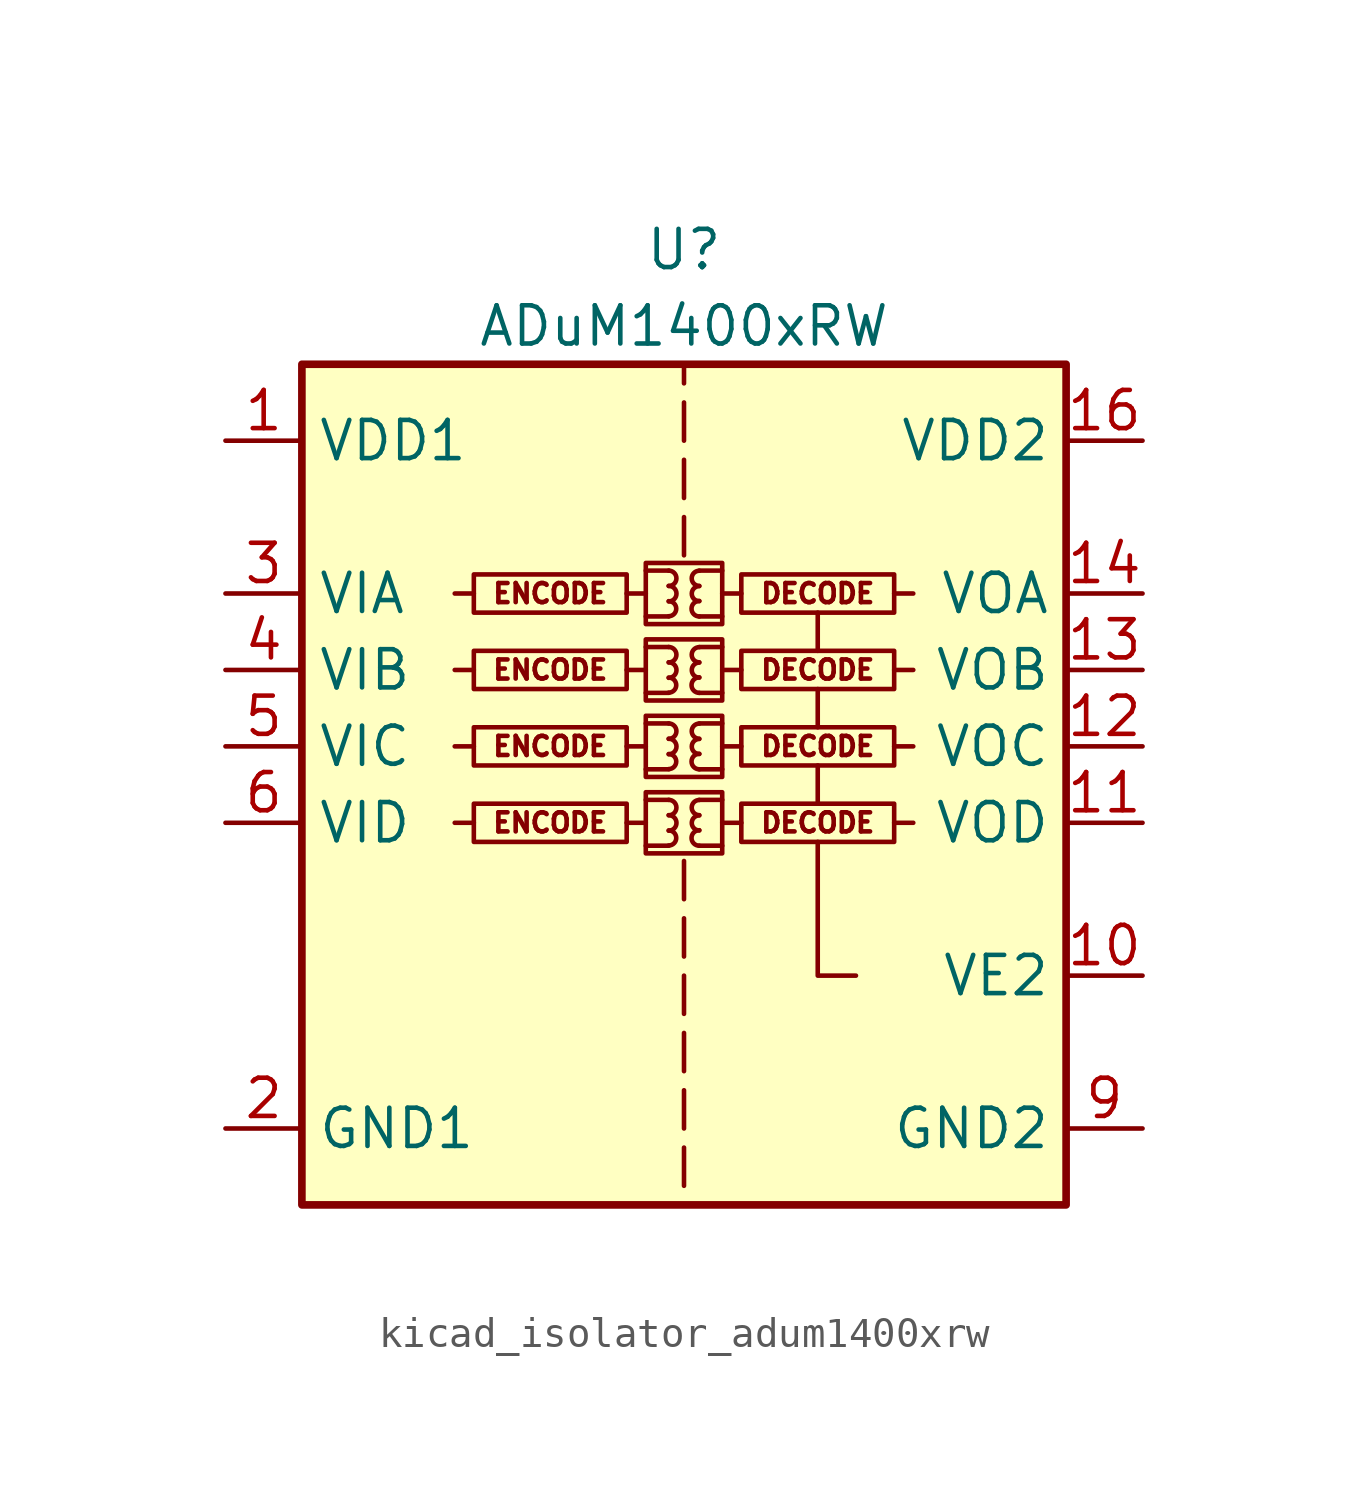
<source format=kicad_sym>
(kicad_symbol_lib
  (version 20220914)
  (generator kicad_symbol_editor)
  (symbol "kicad_isolator_adum1400xrw"
    (property "Reference" "U"
      (at 0 19.05 0)
      (effects (font (size 1.27 1.27))))
    (property "Value" "ADuM1400xRW"
      (at 0 16.51 0)
      (effects (font (size 1.27 1.27))))
    (symbol "kicad_isolator_adum1400xrw_0_0"
      (rectangle (start -1.905 0.635) (end -6.985 -0.635) (stroke (width 0) (type default)) (fill (type none)))
      (rectangle (start -1.27 1.016) (end 1.27 -1.016) (stroke (width 0) (type default)) (fill (type none)))
      (rectangle (start -1.27 3.556) (end 1.27 1.524) (stroke (width 0) (type default)) (fill (type none)))
      (rectangle (start -1.27 6.096) (end 1.27 4.064) (stroke (width 0) (type default)) (fill (type none)))
      (rectangle (start -1.27 8.636) (end 1.27 6.604) (stroke (width 0) (type default)) (fill (type none)))
      (arc (start -0.508 -0.762) (mid -0.2551 -0.508) (end -0.508 -0.254) (stroke (width 0) (type default)) (fill (type none)))
      (arc (start -0.508 -0.254) (mid -0.2551 0) (end -0.508 0.254) (stroke (width 0) (type default)) (fill (type none)))
      (arc (start -0.508 0.254) (mid -0.2551 0.508) (end -0.508 0.762) (stroke (width 0) (type default)) (fill (type none)))
      (arc (start -0.508 1.778) (mid -0.2551 2.032) (end -0.508 2.286) (stroke (width 0) (type default)) (fill (type none)))
      (arc (start -0.508 2.286) (mid -0.2551 2.54) (end -0.508 2.794) (stroke (width 0) (type default)) (fill (type none)))
      (arc (start -0.508 2.794) (mid -0.2551 3.048) (end -0.508 3.302) (stroke (width 0) (type default)) (fill (type none)))
      (arc (start -0.508 4.318) (mid -0.2551 4.572) (end -0.508 4.826) (stroke (width 0) (type default)) (fill (type none)))
      (arc (start -0.508 4.826) (mid -0.2551 5.08) (end -0.508 5.334) (stroke (width 0) (type default)) (fill (type none)))
      (arc (start -0.508 5.334) (mid -0.2551 5.588) (end -0.508 5.842) (stroke (width 0) (type default)) (fill (type none)))
      (arc (start -0.508 6.858) (mid -0.2551 7.112) (end -0.508 7.366) (stroke (width 0) (type default)) (fill (type none)))
      (arc (start -0.508 7.366) (mid -0.2551 7.62) (end -0.508 7.874) (stroke (width 0) (type default)) (fill (type none)))
      (arc (start -0.508 7.874) (mid -0.2551 8.128) (end -0.508 8.382) (stroke (width 0) (type default)) (fill (type none)))
      (polyline (pts (xy -6.985 0) (xy -7.62 0)) (stroke (width 0) (type default)) (fill (type none)))
      (polyline (pts (xy -6.985 2.54) (xy -7.62 2.54)) (stroke (width 0) (type default)) (fill (type none)))
      (polyline (pts (xy -6.985 5.08) (xy -7.62 5.08)) (stroke (width 0) (type default)) (fill (type none)))
      (polyline (pts (xy -6.985 7.62) (xy -7.62 7.62)) (stroke (width 0) (type default)) (fill (type none)))
      (polyline (pts (xy -1.905 0) (xy -1.27 0)) (stroke (width 0) (type default)) (fill (type none)))
      (polyline (pts (xy -1.905 2.54) (xy -1.27 2.54)) (stroke (width 0) (type default)) (fill (type none)))
      (polyline (pts (xy -1.905 5.08) (xy -1.27 5.08)) (stroke (width 0) (type default)) (fill (type none)))
      (polyline (pts (xy -1.905 7.62) (xy -1.27 7.62)) (stroke (width 0) (type default)) (fill (type none)))
      (polyline (pts (xy -1.27 -0.762) (xy -0.508 -0.762)) (stroke (width 0) (type default)) (fill (type none)))
      (polyline (pts (xy -1.27 0.762) (xy -0.508 0.762)) (stroke (width 0) (type default)) (fill (type none)))
      (polyline (pts (xy -1.27 1.778) (xy -0.508 1.778)) (stroke (width 0) (type default)) (fill (type none)))
      (polyline (pts (xy -1.27 3.302) (xy -0.508 3.302)) (stroke (width 0) (type default)) (fill (type none)))
      (polyline (pts (xy -1.27 4.318) (xy -0.508 4.318)) (stroke (width 0) (type default)) (fill (type none)))
      (polyline (pts (xy -1.27 5.842) (xy -0.508 5.842)) (stroke (width 0) (type default)) (fill (type none)))
      (polyline (pts (xy -1.27 6.858) (xy -0.508 6.858)) (stroke (width 0) (type default)) (fill (type none)))
      (polyline (pts (xy -1.27 8.382) (xy -0.508 8.382)) (stroke (width 0) (type default)) (fill (type none)))
      (polyline (pts (xy 0 -10.795) (xy 0 -12.065)) (stroke (width 0) (type default)) (fill (type none)))
      (polyline (pts (xy 0 -8.89) (xy 0 -10.16)) (stroke (width 0) (type default)) (fill (type none)))
      (polyline (pts (xy 0 -6.985) (xy 0 -8.255)) (stroke (width 0) (type default)) (fill (type none)))
      (polyline (pts (xy 0 -5.08) (xy 0 -6.35)) (stroke (width 0) (type default)) (fill (type none)))
      (polyline (pts (xy 0 -3.175) (xy 0 -4.445)) (stroke (width 0) (type default)) (fill (type none)))
      (polyline (pts (xy 0 -1.27) (xy 0 -2.54)) (stroke (width 0) (type default)) (fill (type none)))
      (polyline (pts (xy 0 8.89) (xy 0 10.16)) (stroke (width 0) (type default)) (fill (type none)))
      (polyline (pts (xy 0 10.795) (xy 0 12.065)) (stroke (width 0) (type default)) (fill (type none)))
      (polyline (pts (xy 0 12.7) (xy 0 13.97)) (stroke (width 0) (type default)) (fill (type none)))
      (polyline (pts (xy 0 15.24) (xy 0 14.605)) (stroke (width 0) (type default)) (fill (type none)))
      (polyline (pts (xy 1.27 -0.762) (xy 0.508 -0.762)) (stroke (width 0) (type default)) (fill (type none)))
      (polyline (pts (xy 1.27 0.762) (xy 0.508 0.762)) (stroke (width 0) (type default)) (fill (type none)))
      (polyline (pts (xy 1.27 1.778) (xy 0.508 1.778)) (stroke (width 0) (type default)) (fill (type none)))
      (polyline (pts (xy 1.27 3.302) (xy 0.508 3.302)) (stroke (width 0) (type default)) (fill (type none)))
      (polyline (pts (xy 1.27 4.318) (xy 0.508 4.318)) (stroke (width 0) (type default)) (fill (type none)))
      (polyline (pts (xy 1.27 5.842) (xy 0.508 5.842)) (stroke (width 0) (type default)) (fill (type none)))
      (polyline (pts (xy 1.27 6.858) (xy 0.508 6.858)) (stroke (width 0) (type default)) (fill (type none)))
      (polyline (pts (xy 1.27 8.382) (xy 0.508 8.382)) (stroke (width 0) (type default)) (fill (type none)))
      (polyline (pts (xy 1.905 0) (xy 1.27 0)) (stroke (width 0) (type default)) (fill (type none)))
      (polyline (pts (xy 1.905 2.54) (xy 1.27 2.54)) (stroke (width 0) (type default)) (fill (type none)))
      (polyline (pts (xy 1.905 5.08) (xy 1.27 5.08)) (stroke (width 0) (type default)) (fill (type none)))
      (polyline (pts (xy 1.905 7.62) (xy 1.27 7.62)) (stroke (width 0) (type default)) (fill (type none)))
      (polyline (pts (xy 4.445 0.635) (xy 4.445 1.905)) (stroke (width 0) (type default)) (fill (type none)))
      (polyline (pts (xy 4.445 3.175) (xy 4.445 4.445)) (stroke (width 0) (type default)) (fill (type none)))
      (polyline (pts (xy 4.445 5.715) (xy 4.445 6.985)) (stroke (width 0) (type default)) (fill (type none)))
      (polyline (pts (xy 6.985 0) (xy 7.62 0)) (stroke (width 0) (type default)) (fill (type none)))
      (polyline (pts (xy 6.985 2.54) (xy 7.62 2.54)) (stroke (width 0) (type default)) (fill (type none)))
      (polyline (pts (xy 6.985 5.08) (xy 7.62 5.08)) (stroke (width 0) (type default)) (fill (type none)))
      (polyline (pts (xy 6.985 7.62) (xy 7.62 7.62)) (stroke (width 0) (type default)) (fill (type none)))
      (polyline (pts (xy 5.715 -5.08) (xy 4.445 -5.08) (xy 4.445 -0.635)) (stroke (width 0) (type default)) (fill (type none)))
      (arc (start 0.508 -0.254) (mid 0.2551 -0.508) (end 0.508 -0.762) (stroke (width 0) (type default)) (fill (type none)))
      (arc (start 0.508 0.254) (mid 0.2551 0) (end 0.508 -0.254) (stroke (width 0) (type default)) (fill (type none)))
      (arc (start 0.508 0.762) (mid 0.2551 0.508) (end 0.508 0.254) (stroke (width 0) (type default)) (fill (type none)))
      (arc (start 0.508 2.286) (mid 0.2551 2.032) (end 0.508 1.778) (stroke (width 0) (type default)) (fill (type none)))
      (arc (start 0.508 2.794) (mid 0.2551 2.54) (end 0.508 2.286) (stroke (width 0) (type default)) (fill (type none)))
      (arc (start 0.508 3.302) (mid 0.2551 3.048) (end 0.508 2.794) (stroke (width 0) (type default)) (fill (type none)))
      (arc (start 0.508 4.826) (mid 0.2551 4.572) (end 0.508 4.318) (stroke (width 0) (type default)) (fill (type none)))
      (arc (start 0.508 5.334) (mid 0.2551 5.08) (end 0.508 4.826) (stroke (width 0) (type default)) (fill (type none)))
      (arc (start 0.508 5.842) (mid 0.2551 5.588) (end 0.508 5.334) (stroke (width 0) (type default)) (fill (type none)))
      (arc (start 0.508 7.366) (mid 0.2551 7.112) (end 0.508 6.858) (stroke (width 0) (type default)) (fill (type none)))
      (arc (start 0.508 7.874) (mid 0.2551 7.62) (end 0.508 7.366) (stroke (width 0) (type default)) (fill (type none)))
      (arc (start 0.508 8.382) (mid 0.2551 8.128) (end 0.508 7.874) (stroke (width 0) (type default)) (fill (type none)))
      (rectangle (start 1.905 0.635) (end 6.985 -0.635) (stroke (width 0) (type default)) (fill (type none)))
      (rectangle (start 1.905 3.175) (end 6.985 1.905) (stroke (width 0) (type default)) (fill (type none)))
      (rectangle (start 1.905 5.715) (end 6.985 4.445) (stroke (width 0) (type default)) (fill (type none)))
      (rectangle (start 1.905 8.255) (end 6.985 6.985) (stroke (width 0) (type default)) (fill (type none)))
      (text "DECODE" (at 4.445 0 0) (effects (font (size 0.635 0.635))))
      (text "DECODE" (at 4.445 2.54 0) (effects (font (size 0.635 0.635))))
      (text "DECODE" (at 4.445 5.08 0) (effects (font (size 0.635 0.635))))
      (text "DECODE" (at 4.445 7.62 0) (effects (font (size 0.635 0.635))))
      (text "ENCODE" (at -4.445 0 0) (effects (font (size 0.635 0.635))))
      (text "ENCODE" (at -4.445 2.54 0) (effects (font (size 0.635 0.635))))
      (text "ENCODE" (at -4.445 5.08 0) (effects (font (size 0.635 0.635))))
      (text "ENCODE" (at -4.445 7.62 0) (effects (font (size 0.635 0.635)))))
    (symbol "kicad_isolator_adum1400xrw_0_1"
      (rectangle (start -12.7 15.24) (end 12.7 -12.7) (stroke (width 0.254) (type default)) (fill (type background)))
      (rectangle (start -1.905 3.175) (end -6.985 1.905) (stroke (width 0) (type default)) (fill (type none)))
      (rectangle (start -1.905 5.715) (end -6.985 4.445) (stroke (width 0) (type default)) (fill (type none)))
      (rectangle (start -1.905 8.255) (end -6.985 6.985) (stroke (width 0) (type default)) (fill (type none))))
    (symbol "kicad_isolator_adum1400xrw_1_1"
      (pin power_in line (at -15.24 12.7 0) (length 2.54) (name "VDD1" (effects (font (size 1.27 1.27)))) (number "1" (effects (font (size 1.27 1.27)))))
      (pin input line (at 15.24 -5.08 180) (length 2.54) (name "VE2" (effects (font (size 1.27 1.27)))) (number "10" (effects (font (size 1.27 1.27)))))
      (pin output line (at 15.24 0 180) (length 2.54) (name "VOD" (effects (font (size 1.27 1.27)))) (number "11" (effects (font (size 1.27 1.27)))))
      (pin output line (at 15.24 2.54 180) (length 2.54) (name "VOC" (effects (font (size 1.27 1.27)))) (number "12" (effects (font (size 1.27 1.27)))))
      (pin output line (at 15.24 5.08 180) (length 2.54) (name "VOB" (effects (font (size 1.27 1.27)))) (number "13" (effects (font (size 1.27 1.27)))))
      (pin output line (at 15.24 7.62 180) (length 2.54) (name "VOA" (effects (font (size 1.27 1.27)))) (number "14" (effects (font (size 1.27 1.27)))))
      (pin passive line (at 15.24 -10.16 180) (length 2.54) hide (name "GND2" (effects (font (size 1.27 1.27)))) (number "15" (effects (font (size 1.27 1.27)))))
      (pin power_in line (at 15.24 12.7 180) (length 2.54) (name "VDD2" (effects (font (size 1.27 1.27)))) (number "16" (effects (font (size 1.27 1.27)))))
      (pin power_in line (at -15.24 -10.16 0) (length 2.54) (name "GND1" (effects (font (size 1.27 1.27)))) (number "2" (effects (font (size 1.27 1.27)))))
      (pin input line (at -15.24 7.62 0) (length 2.54) (name "VIA" (effects (font (size 1.27 1.27)))) (number "3" (effects (font (size 1.27 1.27)))))
      (pin input line (at -15.24 5.08 0) (length 2.54) (name "VIB" (effects (font (size 1.27 1.27)))) (number "4" (effects (font (size 1.27 1.27)))))
      (pin input line (at -15.24 2.54 0) (length 2.54) (name "VIC" (effects (font (size 1.27 1.27)))) (number "5" (effects (font (size 1.27 1.27)))))
      (pin input line (at -15.24 0 0) (length 2.54) (name "VID" (effects (font (size 1.27 1.27)))) (number "6" (effects (font (size 1.27 1.27)))))
      (pin no_connect line (at -12.7 -5.08 0) (length 2.54) hide (name "NC" (effects (font (size 1.27 1.27)))) (number "7" (effects (font (size 1.27 1.27)))))
      (pin passive line (at -15.24 -10.16 0) (length 2.54) hide (name "GND1" (effects (font (size 1.27 1.27)))) (number "8" (effects (font (size 1.27 1.27)))))
      (pin power_in line (at 15.24 -10.16 180) (length 2.54) (name "GND2" (effects (font (size 1.27 1.27)))) (number "9" (effects (font (size 1.27 1.27))))))))
</source>
